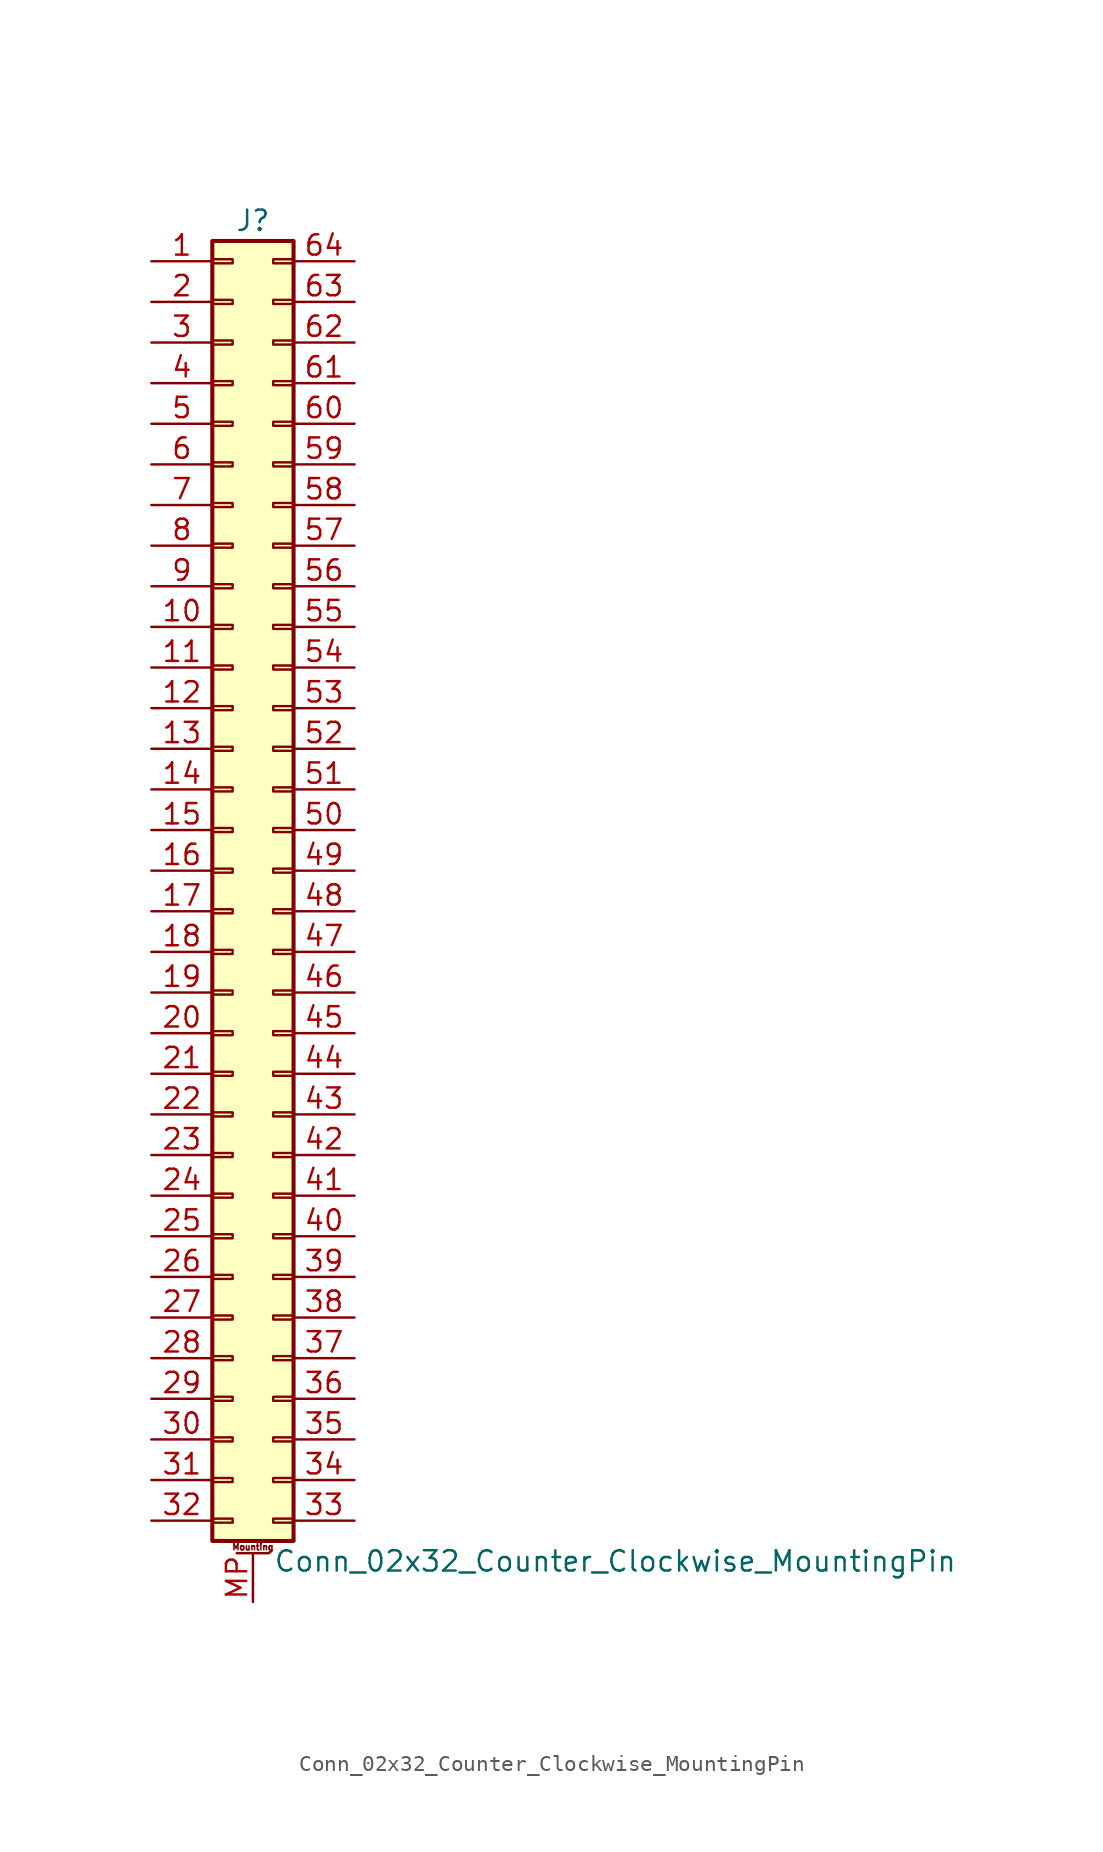
<source format=kicad_sym>
(kicad_symbol_lib
  (version 20211014)
  (generator kicad_symbol_editor)
  (symbol "Conn_02x32_Counter_Clockwise_MountingPin"
    (pin_names
      (offset 1.016) hide)
    (property "Reference" "J"
      (at 1.27 40.64 0)
      (effects (font (size 1.27 1.27))))
    (property "Value" "Conn_02x32_Counter_Clockwise_MountingPin"
      (at 2.54 -43.18 0)
      (effects (font (size 1.27 1.27)) (justify left)))
    (symbol "Conn_02x32_Counter_Clockwise_MountingPin_1_1"
      (rectangle (start -1.27 -40.513) (end 0 -40.767) (stroke (width 0.152) (type default) (color 0 0 0 0)) (fill (type none)))
      (rectangle (start -1.27 -37.973) (end 0 -38.227) (stroke (width 0.152) (type default) (color 0 0 0 0)) (fill (type none)))
      (rectangle (start -1.27 -35.433) (end 0 -35.687) (stroke (width 0.152) (type default) (color 0 0 0 0)) (fill (type none)))
      (rectangle (start -1.27 -32.893) (end 0 -33.147) (stroke (width 0.152) (type default) (color 0 0 0 0)) (fill (type none)))
      (rectangle (start -1.27 -30.353) (end 0 -30.607) (stroke (width 0.152) (type default) (color 0 0 0 0)) (fill (type none)))
      (rectangle (start -1.27 -27.813) (end 0 -28.067) (stroke (width 0.152) (type default) (color 0 0 0 0)) (fill (type none)))
      (rectangle (start -1.27 -25.273) (end 0 -25.527) (stroke (width 0.152) (type default) (color 0 0 0 0)) (fill (type none)))
      (rectangle (start -1.27 -22.733) (end 0 -22.987) (stroke (width 0.152) (type default) (color 0 0 0 0)) (fill (type none)))
      (rectangle (start -1.27 -20.193) (end 0 -20.447) (stroke (width 0.152) (type default) (color 0 0 0 0)) (fill (type none)))
      (rectangle (start -1.27 -17.653) (end 0 -17.907) (stroke (width 0.152) (type default) (color 0 0 0 0)) (fill (type none)))
      (rectangle (start -1.27 -15.113) (end 0 -15.367) (stroke (width 0.152) (type default) (color 0 0 0 0)) (fill (type none)))
      (rectangle (start -1.27 -12.573) (end 0 -12.827) (stroke (width 0.152) (type default) (color 0 0 0 0)) (fill (type none)))
      (rectangle (start -1.27 -10.033) (end 0 -10.287) (stroke (width 0.152) (type default) (color 0 0 0 0)) (fill (type none)))
      (rectangle (start -1.27 -7.493) (end 0 -7.747) (stroke (width 0.152) (type default) (color 0 0 0 0)) (fill (type none)))
      (rectangle (start -1.27 -4.953) (end 0 -5.207) (stroke (width 0.152) (type default) (color 0 0 0 0)) (fill (type none)))
      (rectangle (start -1.27 -2.413) (end 0 -2.667) (stroke (width 0.152) (type default) (color 0 0 0 0)) (fill (type none)))
      (rectangle (start -1.27 0.127) (end 0 -0.127) (stroke (width 0.152) (type default) (color 0 0 0 0)) (fill (type none)))
      (rectangle (start -1.27 2.667) (end 0 2.413) (stroke (width 0.152) (type default) (color 0 0 0 0)) (fill (type none)))
      (rectangle (start -1.27 5.207) (end 0 4.953) (stroke (width 0.152) (type default) (color 0 0 0 0)) (fill (type none)))
      (rectangle (start -1.27 7.747) (end 0 7.493) (stroke (width 0.152) (type default) (color 0 0 0 0)) (fill (type none)))
      (rectangle (start -1.27 10.287) (end 0 10.033) (stroke (width 0.152) (type default) (color 0 0 0 0)) (fill (type none)))
      (rectangle (start -1.27 12.827) (end 0 12.573) (stroke (width 0.152) (type default) (color 0 0 0 0)) (fill (type none)))
      (rectangle (start -1.27 15.367) (end 0 15.113) (stroke (width 0.152) (type default) (color 0 0 0 0)) (fill (type none)))
      (rectangle (start -1.27 17.907) (end 0 17.653) (stroke (width 0.152) (type default) (color 0 0 0 0)) (fill (type none)))
      (rectangle (start -1.27 20.447) (end 0 20.193) (stroke (width 0.152) (type default) (color 0 0 0 0)) (fill (type none)))
      (rectangle (start -1.27 22.987) (end 0 22.733) (stroke (width 0.152) (type default) (color 0 0 0 0)) (fill (type none)))
      (rectangle (start -1.27 25.527) (end 0 25.273) (stroke (width 0.152) (type default) (color 0 0 0 0)) (fill (type none)))
      (rectangle (start -1.27 28.067) (end 0 27.813) (stroke (width 0.152) (type default) (color 0 0 0 0)) (fill (type none)))
      (rectangle (start -1.27 30.607) (end 0 30.353) (stroke (width 0.152) (type default) (color 0 0 0 0)) (fill (type none)))
      (rectangle (start -1.27 33.147) (end 0 32.893) (stroke (width 0.152) (type default) (color 0 0 0 0)) (fill (type none)))
      (rectangle (start -1.27 35.687) (end 0 35.433) (stroke (width 0.152) (type default) (color 0 0 0 0)) (fill (type none)))
      (rectangle (start -1.27 38.227) (end 0 37.973) (stroke (width 0.152) (type default) (color 0 0 0 0)) (fill (type none)))
      (rectangle (start -1.27 39.37) (end 3.81 -41.91) (stroke (width 0.254) (type default) (color 0 0 0 0)) (fill (type background)))
      (polyline (pts (xy 0.254 -42.672) (xy 2.286 -42.672)) (stroke (width 0.152) (type default) (color 0 0 0 0)) (fill (type none)))
      (rectangle (start 3.81 -40.513) (end 2.54 -40.767) (stroke (width 0.152) (type default) (color 0 0 0 0)) (fill (type none)))
      (rectangle (start 3.81 -37.973) (end 2.54 -38.227) (stroke (width 0.152) (type default) (color 0 0 0 0)) (fill (type none)))
      (rectangle (start 3.81 -35.433) (end 2.54 -35.687) (stroke (width 0.152) (type default) (color 0 0 0 0)) (fill (type none)))
      (rectangle (start 3.81 -32.893) (end 2.54 -33.147) (stroke (width 0.152) (type default) (color 0 0 0 0)) (fill (type none)))
      (rectangle (start 3.81 -30.353) (end 2.54 -30.607) (stroke (width 0.152) (type default) (color 0 0 0 0)) (fill (type none)))
      (rectangle (start 3.81 -27.813) (end 2.54 -28.067) (stroke (width 0.152) (type default) (color 0 0 0 0)) (fill (type none)))
      (rectangle (start 3.81 -25.273) (end 2.54 -25.527) (stroke (width 0.152) (type default) (color 0 0 0 0)) (fill (type none)))
      (rectangle (start 3.81 -22.733) (end 2.54 -22.987) (stroke (width 0.152) (type default) (color 0 0 0 0)) (fill (type none)))
      (rectangle (start 3.81 -20.193) (end 2.54 -20.447) (stroke (width 0.152) (type default) (color 0 0 0 0)) (fill (type none)))
      (rectangle (start 3.81 -17.653) (end 2.54 -17.907) (stroke (width 0.152) (type default) (color 0 0 0 0)) (fill (type none)))
      (rectangle (start 3.81 -15.113) (end 2.54 -15.367) (stroke (width 0.152) (type default) (color 0 0 0 0)) (fill (type none)))
      (rectangle (start 3.81 -12.573) (end 2.54 -12.827) (stroke (width 0.152) (type default) (color 0 0 0 0)) (fill (type none)))
      (rectangle (start 3.81 -10.033) (end 2.54 -10.287) (stroke (width 0.152) (type default) (color 0 0 0 0)) (fill (type none)))
      (rectangle (start 3.81 -7.493) (end 2.54 -7.747) (stroke (width 0.152) (type default) (color 0 0 0 0)) (fill (type none)))
      (rectangle (start 3.81 -4.953) (end 2.54 -5.207) (stroke (width 0.152) (type default) (color 0 0 0 0)) (fill (type none)))
      (rectangle (start 3.81 -2.413) (end 2.54 -2.667) (stroke (width 0.152) (type default) (color 0 0 0 0)) (fill (type none)))
      (rectangle (start 3.81 0.127) (end 2.54 -0.127) (stroke (width 0.152) (type default) (color 0 0 0 0)) (fill (type none)))
      (rectangle (start 3.81 2.667) (end 2.54 2.413) (stroke (width 0.152) (type default) (color 0 0 0 0)) (fill (type none)))
      (rectangle (start 3.81 5.207) (end 2.54 4.953) (stroke (width 0.152) (type default) (color 0 0 0 0)) (fill (type none)))
      (rectangle (start 3.81 7.747) (end 2.54 7.493) (stroke (width 0.152) (type default) (color 0 0 0 0)) (fill (type none)))
      (rectangle (start 3.81 10.287) (end 2.54 10.033) (stroke (width 0.152) (type default) (color 0 0 0 0)) (fill (type none)))
      (rectangle (start 3.81 12.827) (end 2.54 12.573) (stroke (width 0.152) (type default) (color 0 0 0 0)) (fill (type none)))
      (rectangle (start 3.81 15.367) (end 2.54 15.113) (stroke (width 0.152) (type default) (color 0 0 0 0)) (fill (type none)))
      (rectangle (start 3.81 17.907) (end 2.54 17.653) (stroke (width 0.152) (type default) (color 0 0 0 0)) (fill (type none)))
      (rectangle (start 3.81 20.447) (end 2.54 20.193) (stroke (width 0.152) (type default) (color 0 0 0 0)) (fill (type none)))
      (rectangle (start 3.81 22.987) (end 2.54 22.733) (stroke (width 0.152) (type default) (color 0 0 0 0)) (fill (type none)))
      (rectangle (start 3.81 25.527) (end 2.54 25.273) (stroke (width 0.152) (type default) (color 0 0 0 0)) (fill (type none)))
      (rectangle (start 3.81 28.067) (end 2.54 27.813) (stroke (width 0.152) (type default) (color 0 0 0 0)) (fill (type none)))
      (rectangle (start 3.81 30.607) (end 2.54 30.353) (stroke (width 0.152) (type default) (color 0 0 0 0)) (fill (type none)))
      (rectangle (start 3.81 33.147) (end 2.54 32.893) (stroke (width 0.152) (type default) (color 0 0 0 0)) (fill (type none)))
      (rectangle (start 3.81 35.687) (end 2.54 35.433) (stroke (width 0.152) (type default) (color 0 0 0 0)) (fill (type none)))
      (rectangle (start 3.81 38.227) (end 2.54 37.973) (stroke (width 0.152) (type default) (color 0 0 0 0)) (fill (type none)))
      (text "Mounting" (at 1.27 -42.291 0) (effects (font (size 0.381 0.381))))
      (pin passive line (at -5.08 38.1 0) (length 3.81) (name "Pin_1" (effects (font (size 1.27 1.27)))) (number "1" (effects (font (size 1.27 1.27)))))
      (pin passive line (at -5.08 15.24 0) (length 3.81) (name "Pin_10" (effects (font (size 1.27 1.27)))) (number "10" (effects (font (size 1.27 1.27)))))
      (pin passive line (at -5.08 12.7 0) (length 3.81) (name "Pin_11" (effects (font (size 1.27 1.27)))) (number "11" (effects (font (size 1.27 1.27)))))
      (pin passive line (at -5.08 10.16 0) (length 3.81) (name "Pin_12" (effects (font (size 1.27 1.27)))) (number "12" (effects (font (size 1.27 1.27)))))
      (pin passive line (at -5.08 7.62 0) (length 3.81) (name "Pin_13" (effects (font (size 1.27 1.27)))) (number "13" (effects (font (size 1.27 1.27)))))
      (pin passive line (at -5.08 5.08 0) (length 3.81) (name "Pin_14" (effects (font (size 1.27 1.27)))) (number "14" (effects (font (size 1.27 1.27)))))
      (pin passive line (at -5.08 2.54 0) (length 3.81) (name "Pin_15" (effects (font (size 1.27 1.27)))) (number "15" (effects (font (size 1.27 1.27)))))
      (pin passive line (at -5.08 0 0) (length 3.81) (name "Pin_16" (effects (font (size 1.27 1.27)))) (number "16" (effects (font (size 1.27 1.27)))))
      (pin passive line (at -5.08 -2.54 0) (length 3.81) (name "Pin_17" (effects (font (size 1.27 1.27)))) (number "17" (effects (font (size 1.27 1.27)))))
      (pin passive line (at -5.08 -5.08 0) (length 3.81) (name "Pin_18" (effects (font (size 1.27 1.27)))) (number "18" (effects (font (size 1.27 1.27)))))
      (pin passive line (at -5.08 -7.62 0) (length 3.81) (name "Pin_19" (effects (font (size 1.27 1.27)))) (number "19" (effects (font (size 1.27 1.27)))))
      (pin passive line (at -5.08 35.56 0) (length 3.81) (name "Pin_2" (effects (font (size 1.27 1.27)))) (number "2" (effects (font (size 1.27 1.27)))))
      (pin passive line (at -5.08 -10.16 0) (length 3.81) (name "Pin_20" (effects (font (size 1.27 1.27)))) (number "20" (effects (font (size 1.27 1.27)))))
      (pin passive line (at -5.08 -12.7 0) (length 3.81) (name "Pin_21" (effects (font (size 1.27 1.27)))) (number "21" (effects (font (size 1.27 1.27)))))
      (pin passive line (at -5.08 -15.24 0) (length 3.81) (name "Pin_22" (effects (font (size 1.27 1.27)))) (number "22" (effects (font (size 1.27 1.27)))))
      (pin passive line (at -5.08 -17.78 0) (length 3.81) (name "Pin_23" (effects (font (size 1.27 1.27)))) (number "23" (effects (font (size 1.27 1.27)))))
      (pin passive line (at -5.08 -20.32 0) (length 3.81) (name "Pin_24" (effects (font (size 1.27 1.27)))) (number "24" (effects (font (size 1.27 1.27)))))
      (pin passive line (at -5.08 -22.86 0) (length 3.81) (name "Pin_25" (effects (font (size 1.27 1.27)))) (number "25" (effects (font (size 1.27 1.27)))))
      (pin passive line (at -5.08 -25.4 0) (length 3.81) (name "Pin_26" (effects (font (size 1.27 1.27)))) (number "26" (effects (font (size 1.27 1.27)))))
      (pin passive line (at -5.08 -27.94 0) (length 3.81) (name "Pin_27" (effects (font (size 1.27 1.27)))) (number "27" (effects (font (size 1.27 1.27)))))
      (pin passive line (at -5.08 -30.48 0) (length 3.81) (name "Pin_28" (effects (font (size 1.27 1.27)))) (number "28" (effects (font (size 1.27 1.27)))))
      (pin passive line (at -5.08 -33.02 0) (length 3.81) (name "Pin_29" (effects (font (size 1.27 1.27)))) (number "29" (effects (font (size 1.27 1.27)))))
      (pin passive line (at -5.08 33.02 0) (length 3.81) (name "Pin_3" (effects (font (size 1.27 1.27)))) (number "3" (effects (font (size 1.27 1.27)))))
      (pin passive line (at -5.08 -35.56 0) (length 3.81) (name "Pin_30" (effects (font (size 1.27 1.27)))) (number "30" (effects (font (size 1.27 1.27)))))
      (pin passive line (at -5.08 -38.1 0) (length 3.81) (name "Pin_31" (effects (font (size 1.27 1.27)))) (number "31" (effects (font (size 1.27 1.27)))))
      (pin passive line (at -5.08 -40.64 0) (length 3.81) (name "Pin_32" (effects (font (size 1.27 1.27)))) (number "32" (effects (font (size 1.27 1.27)))))
      (pin passive line (at 7.62 -40.64 180) (length 3.81) (name "Pin_33" (effects (font (size 1.27 1.27)))) (number "33" (effects (font (size 1.27 1.27)))))
      (pin passive line (at 7.62 -38.1 180) (length 3.81) (name "Pin_34" (effects (font (size 1.27 1.27)))) (number "34" (effects (font (size 1.27 1.27)))))
      (pin passive line (at 7.62 -35.56 180) (length 3.81) (name "Pin_35" (effects (font (size 1.27 1.27)))) (number "35" (effects (font (size 1.27 1.27)))))
      (pin passive line (at 7.62 -33.02 180) (length 3.81) (name "Pin_36" (effects (font (size 1.27 1.27)))) (number "36" (effects (font (size 1.27 1.27)))))
      (pin passive line (at 7.62 -30.48 180) (length 3.81) (name "Pin_37" (effects (font (size 1.27 1.27)))) (number "37" (effects (font (size 1.27 1.27)))))
      (pin passive line (at 7.62 -27.94 180) (length 3.81) (name "Pin_38" (effects (font (size 1.27 1.27)))) (number "38" (effects (font (size 1.27 1.27)))))
      (pin passive line (at 7.62 -25.4 180) (length 3.81) (name "Pin_39" (effects (font (size 1.27 1.27)))) (number "39" (effects (font (size 1.27 1.27)))))
      (pin passive line (at -5.08 30.48 0) (length 3.81) (name "Pin_4" (effects (font (size 1.27 1.27)))) (number "4" (effects (font (size 1.27 1.27)))))
      (pin passive line (at 7.62 -22.86 180) (length 3.81) (name "Pin_40" (effects (font (size 1.27 1.27)))) (number "40" (effects (font (size 1.27 1.27)))))
      (pin passive line (at 7.62 -20.32 180) (length 3.81) (name "Pin_41" (effects (font (size 1.27 1.27)))) (number "41" (effects (font (size 1.27 1.27)))))
      (pin passive line (at 7.62 -17.78 180) (length 3.81) (name "Pin_42" (effects (font (size 1.27 1.27)))) (number "42" (effects (font (size 1.27 1.27)))))
      (pin passive line (at 7.62 -15.24 180) (length 3.81) (name "Pin_43" (effects (font (size 1.27 1.27)))) (number "43" (effects (font (size 1.27 1.27)))))
      (pin passive line (at 7.62 -12.7 180) (length 3.81) (name "Pin_44" (effects (font (size 1.27 1.27)))) (number "44" (effects (font (size 1.27 1.27)))))
      (pin passive line (at 7.62 -10.16 180) (length 3.81) (name "Pin_45" (effects (font (size 1.27 1.27)))) (number "45" (effects (font (size 1.27 1.27)))))
      (pin passive line (at 7.62 -7.62 180) (length 3.81) (name "Pin_46" (effects (font (size 1.27 1.27)))) (number "46" (effects (font (size 1.27 1.27)))))
      (pin passive line (at 7.62 -5.08 180) (length 3.81) (name "Pin_47" (effects (font (size 1.27 1.27)))) (number "47" (effects (font (size 1.27 1.27)))))
      (pin passive line (at 7.62 -2.54 180) (length 3.81) (name "Pin_48" (effects (font (size 1.27 1.27)))) (number "48" (effects (font (size 1.27 1.27)))))
      (pin passive line (at 7.62 0 180) (length 3.81) (name "Pin_49" (effects (font (size 1.27 1.27)))) (number "49" (effects (font (size 1.27 1.27)))))
      (pin passive line (at -5.08 27.94 0) (length 3.81) (name "Pin_5" (effects (font (size 1.27 1.27)))) (number "5" (effects (font (size 1.27 1.27)))))
      (pin passive line (at 7.62 2.54 180) (length 3.81) (name "Pin_50" (effects (font (size 1.27 1.27)))) (number "50" (effects (font (size 1.27 1.27)))))
      (pin passive line (at 7.62 5.08 180) (length 3.81) (name "Pin_51" (effects (font (size 1.27 1.27)))) (number "51" (effects (font (size 1.27 1.27)))))
      (pin passive line (at 7.62 7.62 180) (length 3.81) (name "Pin_52" (effects (font (size 1.27 1.27)))) (number "52" (effects (font (size 1.27 1.27)))))
      (pin passive line (at 7.62 10.16 180) (length 3.81) (name "Pin_53" (effects (font (size 1.27 1.27)))) (number "53" (effects (font (size 1.27 1.27)))))
      (pin passive line (at 7.62 12.7 180) (length 3.81) (name "Pin_54" (effects (font (size 1.27 1.27)))) (number "54" (effects (font (size 1.27 1.27)))))
      (pin passive line (at 7.62 15.24 180) (length 3.81) (name "Pin_55" (effects (font (size 1.27 1.27)))) (number "55" (effects (font (size 1.27 1.27)))))
      (pin passive line (at 7.62 17.78 180) (length 3.81) (name "Pin_56" (effects (font (size 1.27 1.27)))) (number "56" (effects (font (size 1.27 1.27)))))
      (pin passive line (at 7.62 20.32 180) (length 3.81) (name "Pin_57" (effects (font (size 1.27 1.27)))) (number "57" (effects (font (size 1.27 1.27)))))
      (pin passive line (at 7.62 22.86 180) (length 3.81) (name "Pin_58" (effects (font (size 1.27 1.27)))) (number "58" (effects (font (size 1.27 1.27)))))
      (pin passive line (at 7.62 25.4 180) (length 3.81) (name "Pin_59" (effects (font (size 1.27 1.27)))) (number "59" (effects (font (size 1.27 1.27)))))
      (pin passive line (at -5.08 25.4 0) (length 3.81) (name "Pin_6" (effects (font (size 1.27 1.27)))) (number "6" (effects (font (size 1.27 1.27)))))
      (pin passive line (at 7.62 27.94 180) (length 3.81) (name "Pin_60" (effects (font (size 1.27 1.27)))) (number "60" (effects (font (size 1.27 1.27)))))
      (pin passive line (at 7.62 30.48 180) (length 3.81) (name "Pin_61" (effects (font (size 1.27 1.27)))) (number "61" (effects (font (size 1.27 1.27)))))
      (pin passive line (at 7.62 33.02 180) (length 3.81) (name "Pin_62" (effects (font (size 1.27 1.27)))) (number "62" (effects (font (size 1.27 1.27)))))
      (pin passive line (at 7.62 35.56 180) (length 3.81) (name "Pin_63" (effects (font (size 1.27 1.27)))) (number "63" (effects (font (size 1.27 1.27)))))
      (pin passive line (at 7.62 38.1 180) (length 3.81) (name "Pin_64" (effects (font (size 1.27 1.27)))) (number "64" (effects (font (size 1.27 1.27)))))
      (pin passive line (at -5.08 22.86 0) (length 3.81) (name "Pin_7" (effects (font (size 1.27 1.27)))) (number "7" (effects (font (size 1.27 1.27)))))
      (pin passive line (at -5.08 20.32 0) (length 3.81) (name "Pin_8" (effects (font (size 1.27 1.27)))) (number "8" (effects (font (size 1.27 1.27)))))
      (pin passive line (at -5.08 17.78 0) (length 3.81) (name "Pin_9" (effects (font (size 1.27 1.27)))) (number "9" (effects (font (size 1.27 1.27)))))
      (pin passive line (at 1.27 -45.72 90) (length 3.048) (name "MountPin" (effects (font (size 1.27 1.27)))) (number "MP" (effects (font (size 1.27 1.27))))))))
</source>
